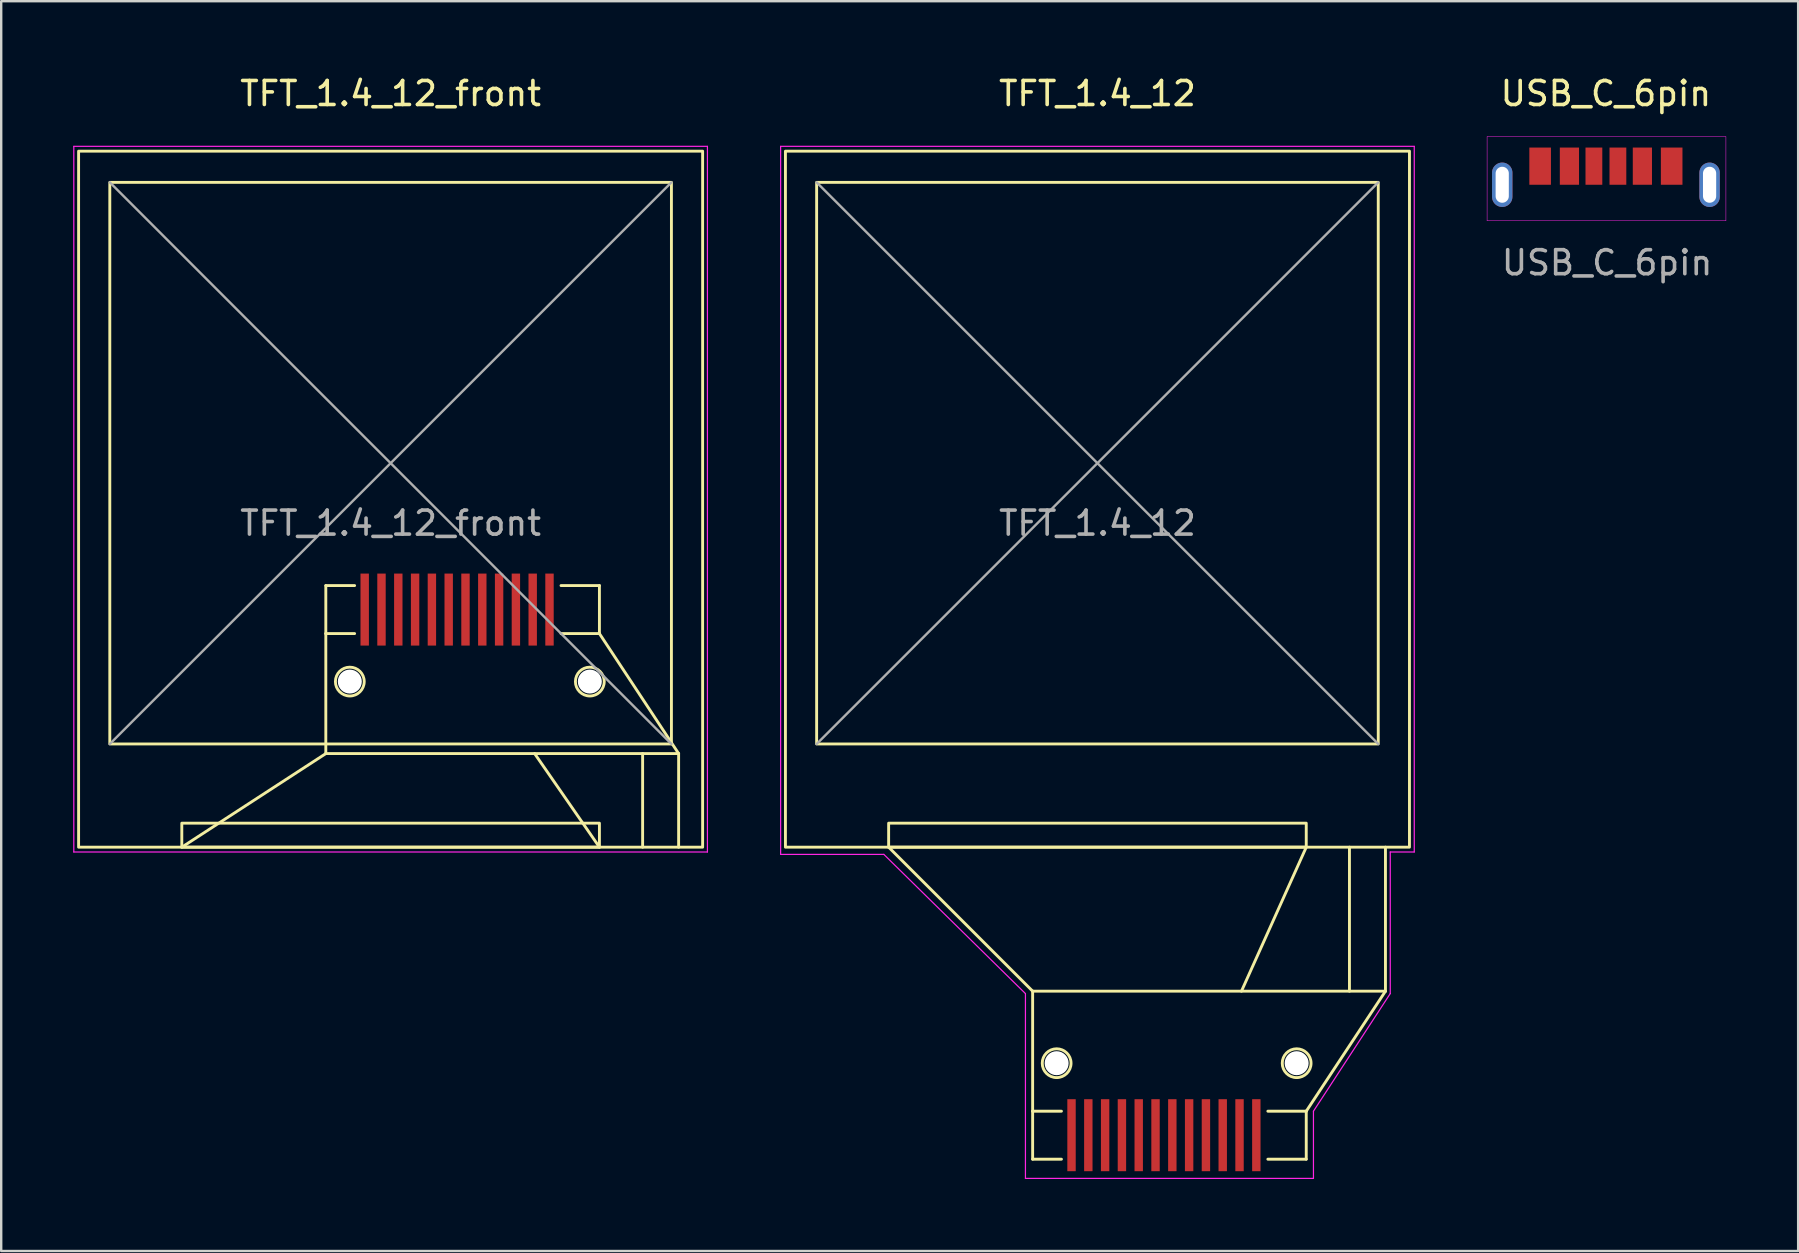
<source format=kicad_pcb>
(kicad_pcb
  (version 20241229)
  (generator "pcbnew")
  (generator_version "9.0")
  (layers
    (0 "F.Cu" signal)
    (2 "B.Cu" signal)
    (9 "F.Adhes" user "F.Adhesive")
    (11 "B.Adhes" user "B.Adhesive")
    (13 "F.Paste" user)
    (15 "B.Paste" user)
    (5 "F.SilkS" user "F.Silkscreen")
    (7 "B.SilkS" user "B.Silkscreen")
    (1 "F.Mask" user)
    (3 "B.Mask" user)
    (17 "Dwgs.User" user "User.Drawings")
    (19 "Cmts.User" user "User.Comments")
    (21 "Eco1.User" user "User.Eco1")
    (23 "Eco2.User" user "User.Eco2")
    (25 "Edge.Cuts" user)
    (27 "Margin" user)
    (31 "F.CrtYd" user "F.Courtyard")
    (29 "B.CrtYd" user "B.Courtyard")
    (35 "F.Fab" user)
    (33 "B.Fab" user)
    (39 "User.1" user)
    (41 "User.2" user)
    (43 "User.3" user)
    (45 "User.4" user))
  (footprint "TFT_1.4_12"
    (layer "F.Cu")
    (at 42.675 16.248)
    (property "Reference" "TFT_1.4_12" (at 0 -15.4 0) (unlocked yes) (layer "F.SilkS") (effects (font (size 1 1) (thickness 0.15))))
    (attr smd)
    (fp_line (start -8.7 16) (end -2.7 22) (stroke (width 0.12) (type solid)) (layer "F.SilkS"))
    (fp_line (start -2.7 22) (end 12 22) (stroke (width 0.12) (type solid)) (layer "F.SilkS"))
    (fp_line (start -2.7 27) (end -2.7 22) (stroke (width 0.12) (type solid)) (layer "F.SilkS"))
    (fp_line (start -2.7 27) (end -2.7 29) (stroke (width 0.12) (type solid)) (layer "F.SilkS"))
    (fp_line (start -2.7 29) (end -1.5 29) (stroke (width 0.12) (type solid)) (layer "F.SilkS"))
    (fp_line (start -1.5 27) (end -2.7 27) (stroke (width 0.12) (type solid)) (layer "F.SilkS"))
    (fp_line (start 7.1 27) (end 8.7 27) (stroke (width 0.12) (type solid)) (layer "F.SilkS"))
    (fp_line (start 8.7 16) (end 6 22) (stroke (width 0.12) (type solid)) (layer "F.SilkS"))
    (fp_line (start 8.7 27) (end 8.7 29) (stroke (width 0.12) (type solid)) (layer "F.SilkS"))
    (fp_line (start 8.7 29) (end 7.1 29) (stroke (width 0.12) (type solid)) (layer "F.SilkS"))
    (fp_line (start 10.5 16) (end 10.5 22) (stroke (width 0.12) (type solid)) (layer "F.SilkS"))
    (fp_line (start 12 22) (end 8.7 27) (stroke (width 0.12) (type solid)) (layer "F.SilkS"))
    (fp_line (start 12 22) (end 12 16) (stroke (width 0.12) (type solid)) (layer "F.SilkS"))
    (fp_rect (start -13 -13) (end 13 16) (stroke (width 0.12) (type solid)) (fill no) (layer "F.SilkS"))
    (fp_rect (start -11.7 11.7) (end 11.7 -11.7) (stroke (width 0.12) (type solid)) (fill no) (layer "F.SilkS"))
    (fp_rect (start -8.7 16) (end 8.7 15) (stroke (width 0.12) (type solid)) (fill no) (layer "F.SilkS"))
    (fp_circle (center -1.7 25) (end -1.1 25) (stroke (width 0.12) (type solid)) (fill no) (layer "F.SilkS"))
    (fp_circle (center 8.3 25) (end 8.9 25) (stroke (width 0.12) (type solid)) (fill no) (layer "F.SilkS"))
    (fp_line (start -13.2 -13.2) (end 13.2 -13.2) (stroke (width 0.05) (type solid)) (layer "F.CrtYd"))
    (fp_line (start -13.2 16.3) (end -13.2 -13.2) (stroke (width 0.05) (type solid)) (layer "F.CrtYd"))
    (fp_line (start -8.9 16.3) (end -13.2 16.3) (stroke (width 0.05) (type solid)) (layer "F.CrtYd"))
    (fp_line (start -3 22.1) (end -8.9 16.3) (stroke (width 0.05) (type solid)) (layer "F.CrtYd"))
    (fp_line (start -3 29.8) (end -3 22.1) (stroke (width 0.05) (type solid)) (layer "F.CrtYd"))
    (fp_line (start 9 27) (end 9 29.8) (stroke (width 0.05) (type solid)) (layer "F.CrtYd"))
    (fp_line (start 9 29.8) (end -3 29.8) (stroke (width 0.05) (type solid)) (layer "F.CrtYd"))
    (fp_line (start 12.2 16.2) (end 12.2 22.1) (stroke (width 0.05) (type solid)) (layer "F.CrtYd"))
    (fp_line (start 12.2 22.1) (end 9 27) (stroke (width 0.05) (type solid)) (layer "F.CrtYd"))
    (fp_line (start 13.2 -13.2) (end 13.2 16.2) (stroke (width 0.05) (type solid)) (layer "F.CrtYd"))
    (fp_line (start 13.2 16.2) (end 12.2 16.2) (stroke (width 0.05) (type solid)) (layer "F.CrtYd"))
    (fp_line (start -11.7 -11.7) (end 11.7 11.7) (stroke (width 0.1) (type solid)) (layer "F.Fab"))
    (fp_line (start -11.7 11.7) (end 11.7 -11.7) (stroke (width 0.1) (type solid)) (layer "F.Fab"))
    (fp_text user "${REFERENCE}" (at 0 2.5 0) (unlocked yes) (layer "F.Fab") (effects (font (size 1 1) (thickness 0.15))))
    (pad "" np_thru_hole circle (at -1.7 25) (size 1 1) (drill 1) (layers "*.Cu" "*.Mask"))
    (pad "" np_thru_hole circle (at 8.3 25) (size 1 1) (drill 1) (layers "*.Cu" "*.Mask"))
    (pad "1" smd rect (at 6.62 28 180) (size 0.35 3) (layers "F.Cu" "F.Mask" "F.Paste"))
    (pad "2" smd rect (at 5.92 28 180) (size 0.35 3) (layers "F.Cu" "F.Mask" "F.Paste"))
    (pad "3" smd rect (at 5.22 28 180) (size 0.35 3) (layers "F.Cu" "F.Mask" "F.Paste"))
    (pad "4" smd rect (at 4.52 28 180) (size 0.35 3) (layers "F.Cu" "F.Mask" "F.Paste"))
    (pad "5" smd rect (at 3.82 28 180) (size 0.35 3) (layers "F.Cu" "F.Mask" "F.Paste"))
    (pad "6" smd rect (at 3.12 28 180) (size 0.35 3) (layers "F.Cu" "F.Mask" "F.Paste"))
    (pad "7" smd rect (at 2.42 28 180) (size 0.35 3) (layers "F.Cu" "F.Mask" "F.Paste"))
    (pad "8" smd rect (at 1.72 28 180) (size 0.35 3) (layers "F.Cu" "F.Mask" "F.Paste"))
    (pad "9" smd rect (at 1.02 28 180) (size 0.35 3) (layers "F.Cu" "F.Mask" "F.Paste"))
    (pad "10" smd rect (at 0.32 28 180) (size 0.35 3) (layers "F.Cu" "F.Mask" "F.Paste"))
    (pad "11" smd rect (at -0.38 28 180) (size 0.35 3) (layers "F.Cu" "F.Mask" "F.Paste"))
    (pad "12" smd rect (at -1.08 28 180) (size 0.35 3) (layers "F.Cu" "F.Mask" "F.Paste")))
  (footprint "USB_C_6pin"
    (layer "F.Cu")
    (at 63.86 4.648)
    (property "Reference" "USB_C_6pin" (at 0 -3.8 0) (unlocked yes) (layer "F.SilkS") (effects (font (size 1 1) (thickness 0.15))))
    (attr smd)
    (fp_line (start -4.95 -2) (end 5 -2) (stroke (width 0.02) (type solid)) (layer "F.CrtYd"))
    (fp_line (start -4.95 1.5) (end -4.95 -2) (stroke (width 0.02) (type solid)) (layer "F.CrtYd"))
    (fp_line (start 5 -2) (end 5 1.5) (stroke (width 0.02) (type solid)) (layer "F.CrtYd"))
    (fp_line (start 5 1.5) (end -4.95 1.5) (stroke (width 0.02) (type solid)) (layer "F.CrtYd"))
    (fp_text user "${REFERENCE}" (at 0.05 3.25 0) (unlocked yes) (layer "F.Fab") (effects (font (size 1 1) (thickness 0.15))))
    (pad "A5" smd rect (at -0.5 -0.775 180) (size 0.7 1.55) (layers "F.Cu" "F.Mask" "F.Paste"))
    (pad "A9" smd rect (at 1.52 -0.775 180) (size 0.8 1.55) (layers "F.Cu" "F.Mask" "F.Paste"))
    (pad "A12" smd rect (at 2.74 -0.775 180) (size 0.9 1.55) (layers "F.Cu" "F.Mask" "F.Paste"))
    (pad "B5" smd rect (at 0.5 -0.775 180) (size 0.7 1.55) (layers "F.Cu" "F.Mask" "F.Paste"))
    (pad "B9" smd rect (at -1.52 -0.775 180) (size 0.8 1.55) (layers "F.Cu" "F.Mask" "F.Paste"))
    (pad "B12" smd rect (at -2.74 -0.775 180) (size 0.9 1.55) (layers "F.Cu" "F.Mask" "F.Paste"))
    (pad "GND" thru_hole oval (at -4.32 0 180) (size 0.85 1.85) (drill oval 0.55 1.5) (layers "*.Cu" "*.Mask"))
    (pad "GND" thru_hole oval (at 4.32 0 180) (size 0.85 1.85) (drill oval 0.55 1.5) (layers "*.Cu" "*.Mask")))
  (footprint "TFT_1.4_12_front"
    (layer "F.Cu")
    (at 13.225 16.248)
    (property "Reference" "TFT_1.4_12_front" (at 0 -15.4 0) (unlocked yes) (layer "F.SilkS") (effects (font (size 1 1) (thickness 0.15))))
    (attr smd)
    (fp_line (start -8.7 16) (end -2.7 12.1) (stroke (width 0.12) (type solid)) (layer "F.SilkS"))
    (fp_line (start -2.7 5.1) (end -1.5 5.1) (stroke (width 0.12) (type solid)) (layer "F.SilkS"))
    (fp_line (start -2.7 7.1) (end -2.7 5.1) (stroke (width 0.12) (type solid)) (layer "F.SilkS"))
    (fp_line (start -2.7 7.1) (end -2.7 12.1) (stroke (width 0.12) (type solid)) (layer "F.SilkS"))
    (fp_line (start -2.7 7.1) (end -1.5 7.1) (stroke (width 0.12) (type solid)) (layer "F.SilkS"))
    (fp_line (start -2.7 12.1) (end 12 12.1) (stroke (width 0.12) (type solid)) (layer "F.SilkS"))
    (fp_line (start 7.1 7.1) (end 8.7 7.1) (stroke (width 0.12) (type solid)) (layer "F.SilkS"))
    (fp_line (start 8.7 5.1) (end 7.1 5.1) (stroke (width 0.12) (type solid)) (layer "F.SilkS"))
    (fp_line (start 8.7 7.1) (end 8.7 5.1) (stroke (width 0.12) (type solid)) (layer "F.SilkS"))
    (fp_line (start 8.7 16) (end 6 12.1) (stroke (width 0.12) (type solid)) (layer "F.SilkS"))
    (fp_line (start 10.5 16) (end 10.5 12.1) (stroke (width 0.12) (type solid)) (layer "F.SilkS"))
    (fp_line (start 12 12.1) (end 8.7 7.1) (stroke (width 0.12) (type solid)) (layer "F.SilkS"))
    (fp_line (start 12 12.1) (end 12 16) (stroke (width 0.12) (type solid)) (layer "F.SilkS"))
    (fp_rect (start -13 -13) (end 13 16) (stroke (width 0.12) (type solid)) (fill no) (layer "F.SilkS"))
    (fp_rect (start -11.7 11.7) (end 11.7 -11.7) (stroke (width 0.12) (type solid)) (fill no) (layer "F.SilkS"))
    (fp_rect (start -8.7 16) (end 8.7 15) (stroke (width 0.12) (type solid)) (fill no) (layer "F.SilkS"))
    (fp_circle (center -1.7 9.1) (end -1.1 9.1) (stroke (width 0.12) (type solid)) (fill no) (layer "F.SilkS"))
    (fp_circle (center 8.3 9.1) (end 8.9 9.1) (stroke (width 0.12) (type solid)) (fill no) (layer "F.SilkS"))
    (fp_line (start -13.2 -13.2) (end 13.2 -13.2) (stroke (width 0.05) (type solid)) (layer "F.CrtYd"))
    (fp_line (start -13.2 16.2) (end -13.2 -13.2) (stroke (width 0.05) (type solid)) (layer "F.CrtYd"))
    (fp_line (start 13.2 -13.2) (end 13.2 16.2) (stroke (width 0.05) (type solid)) (layer "F.CrtYd"))
    (fp_line (start 13.2 16.2) (end -13.2 16.2) (stroke (width 0.05) (type solid)) (layer "F.CrtYd"))
    (fp_line (start -11.7 -11.7) (end 11.7 11.7) (stroke (width 0.1) (type solid)) (layer "F.Fab"))
    (fp_line (start -11.7 11.7) (end 11.7 -11.7) (stroke (width 0.1) (type solid)) (layer "F.Fab"))
    (fp_text user "${REFERENCE}" (at 0 2.5 0) (unlocked yes) (layer "F.Fab") (effects (font (size 1 1) (thickness 0.15))))
    (pad "" np_thru_hole circle (at -1.7 9.1 180) (size 1 1) (drill 1) (layers "*.Cu" "*.Mask"))
    (pad "" np_thru_hole circle (at 8.3 9.1 180) (size 1 1) (drill 1) (layers "*.Cu" "*.Mask"))
    (pad "1" smd rect (at 6.62 6.1) (size 0.35 3) (layers "F.Cu" "F.Mask" "F.Paste"))
    (pad "2" smd rect (at 5.92 6.1) (size 0.35 3) (layers "F.Cu" "F.Mask" "F.Paste"))
    (pad "3" smd rect (at 5.22 6.1) (size 0.35 3) (layers "F.Cu" "F.Mask" "F.Paste"))
    (pad "4" smd rect (at 4.52 6.1) (size 0.35 3) (layers "F.Cu" "F.Mask" "F.Paste"))
    (pad "5" smd rect (at 3.82 6.1) (size 0.35 3) (layers "F.Cu" "F.Mask" "F.Paste"))
    (pad "6" smd rect (at 3.12 6.1) (size 0.35 3) (layers "F.Cu" "F.Mask" "F.Paste"))
    (pad "7" smd rect (at 2.42 6.1) (size 0.35 3) (layers "F.Cu" "F.Mask" "F.Paste"))
    (pad "8" smd rect (at 1.72 6.1) (size 0.35 3) (layers "F.Cu" "F.Mask" "F.Paste"))
    (pad "9" smd rect (at 1.02 6.1) (size 0.35 3) (layers "F.Cu" "F.Mask" "F.Paste"))
    (pad "10" smd rect (at 0.32 6.1) (size 0.35 3) (layers "F.Cu" "F.Mask" "F.Paste"))
    (pad "11" smd rect (at -0.38 6.1) (size 0.35 3) (layers "F.Cu" "F.Mask" "F.Paste"))
    (pad "12" smd rect (at -1.08 6.1) (size 0.35 3) (layers "F.Cu" "F.Mask" "F.Paste")))
  (gr_rect
    (start -3 -3)
    (end 71.87 49.073)
    (stroke (width 0.1) (type default))
    (fill no)
    (layer "Edge.Cuts")))
</source>
